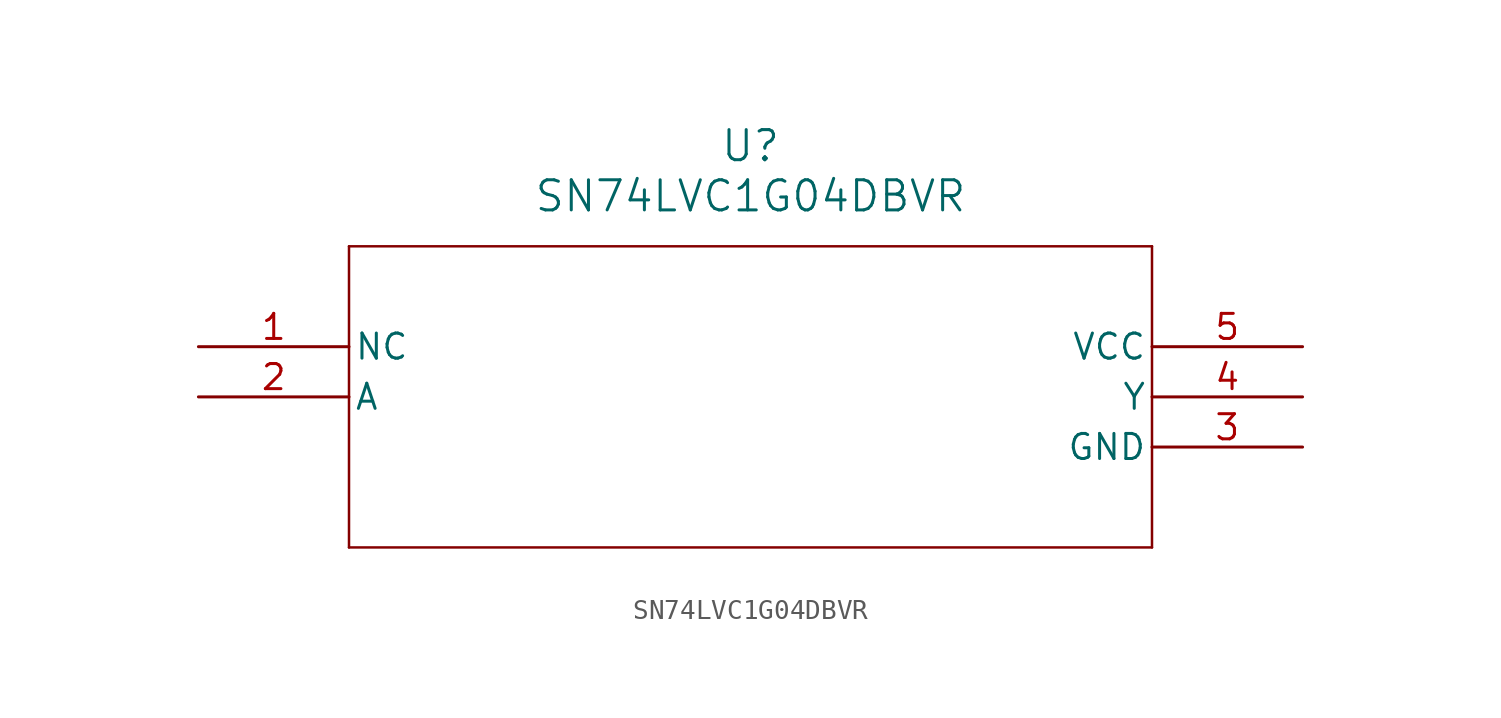
<source format=kicad_sym>
(kicad_symbol_lib
  (version 20211014)
  (generator kicad_symbol_editor)
  (symbol "SN74LVC1G04DBVR"
    (pin_names
      (offset 0.254))
    (property "Reference" "U"
      (at 27.94 10.16 0)
      (effects (font (size 1.524 1.524))))
    (property "Value" "SN74LVC1G04DBVR"
      (at 27.94 7.62 0)
      (effects (font (size 1.524 1.524))))
    (symbol "SN74LVC1G04DBVR_0_1"
      (polyline (pts (xy 7.62 5.08) (xy 7.62 -10.16)) (stroke (width 0.127) (type default) (color 0 0 0 0)) (fill (type none)))
      (polyline (pts (xy 7.62 -10.16) (xy 48.26 -10.16)) (stroke (width 0.127) (type default) (color 0 0 0 0)) (fill (type none)))
      (polyline (pts (xy 48.26 -10.16) (xy 48.26 5.08)) (stroke (width 0.127) (type default) (color 0 0 0 0)) (fill (type none)))
      (polyline (pts (xy 48.26 5.08) (xy 7.62 5.08)) (stroke (width 0.127) (type default) (color 0 0 0 0)) (fill (type none)))
      (pin unspecified line (at 0 0 0) (length 7.62) (name "NC" (effects (font (size 1.27 1.27)))) (number "1" (effects (font (size 1.27 1.27)))))
      (pin input line (at 0 -2.54 0) (length 7.62) (name "A" (effects (font (size 1.27 1.27)))) (number "2" (effects (font (size 1.27 1.27)))))
      (pin power_in line (at 55.88 -5.08 180) (length 7.62) (name "GND" (effects (font (size 1.27 1.27)))) (number "3" (effects (font (size 1.27 1.27)))))
      (pin output line (at 55.88 -2.54 180) (length 7.62) (name "Y" (effects (font (size 1.27 1.27)))) (number "4" (effects (font (size 1.27 1.27)))))
      (pin power_in line (at 55.88 0 180) (length 7.62) (name "VCC" (effects (font (size 1.27 1.27)))) (number "5" (effects (font (size 1.27 1.27))))))))
</source>
